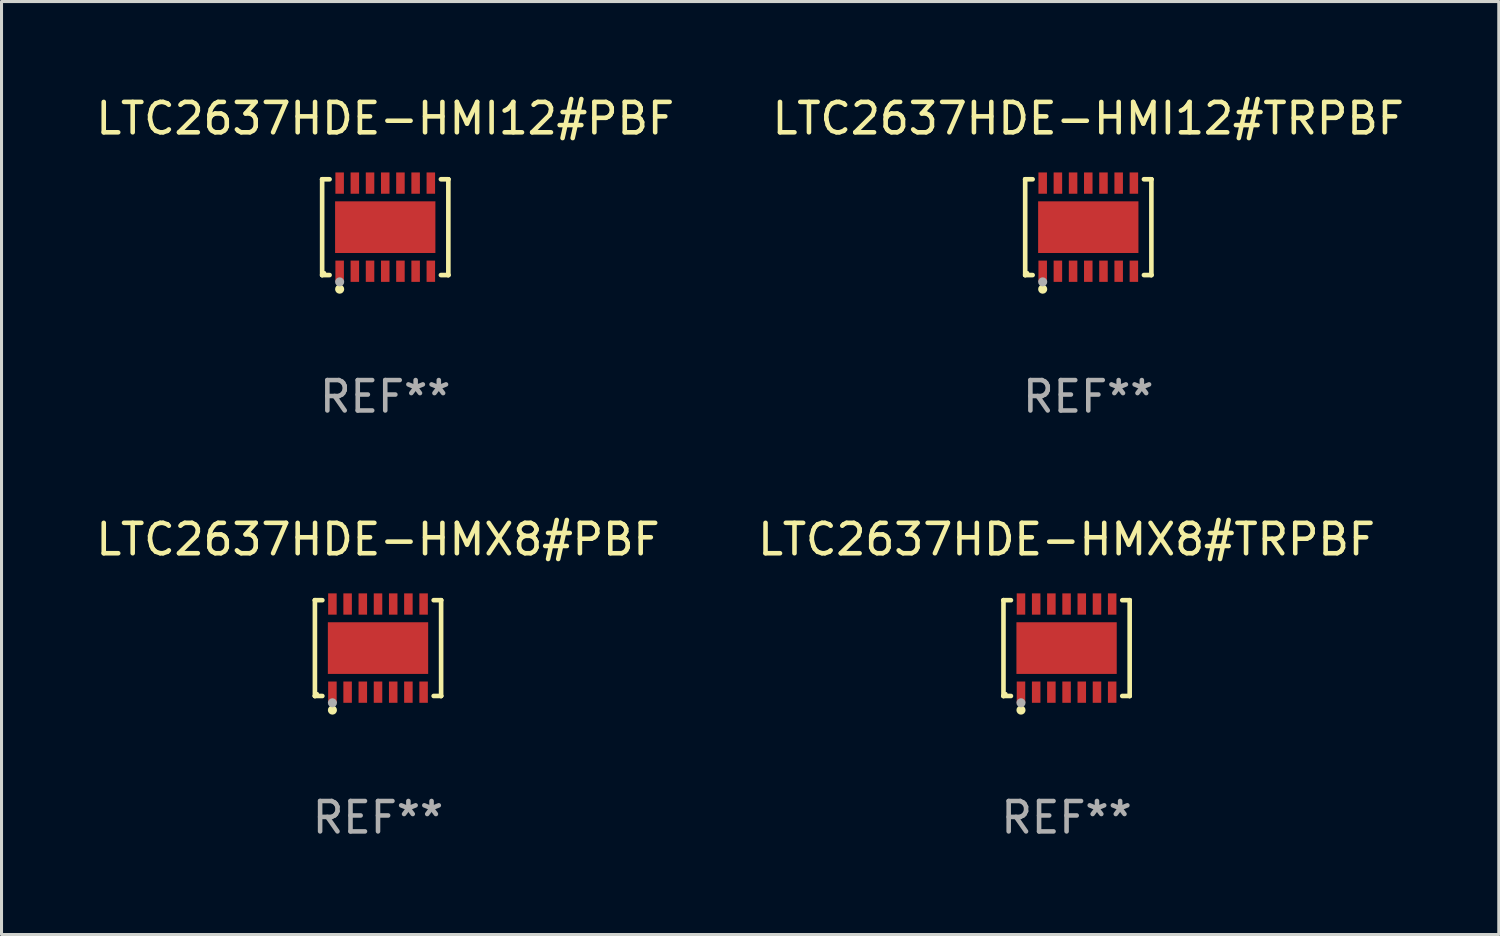
<source format=kicad_pcb>
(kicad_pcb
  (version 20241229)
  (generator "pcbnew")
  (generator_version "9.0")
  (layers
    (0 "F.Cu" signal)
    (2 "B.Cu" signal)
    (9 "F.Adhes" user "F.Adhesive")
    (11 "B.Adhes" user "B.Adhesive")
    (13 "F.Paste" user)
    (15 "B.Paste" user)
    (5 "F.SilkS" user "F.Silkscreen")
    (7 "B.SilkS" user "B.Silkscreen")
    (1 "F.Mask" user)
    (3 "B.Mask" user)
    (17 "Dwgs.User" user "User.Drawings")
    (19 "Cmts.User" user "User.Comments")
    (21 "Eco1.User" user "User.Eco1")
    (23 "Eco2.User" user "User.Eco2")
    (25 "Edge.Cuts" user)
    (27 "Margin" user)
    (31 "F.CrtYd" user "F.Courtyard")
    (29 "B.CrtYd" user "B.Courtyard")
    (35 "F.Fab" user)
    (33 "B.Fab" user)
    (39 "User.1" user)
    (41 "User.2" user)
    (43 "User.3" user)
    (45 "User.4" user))
  (footprint "LTC2637HDE-HMI12#TRPBF"
    (layer "F.Cu")
    (at 32.756 4.424)
    (property "Reference" "LTC2637HDE-HMI12#TRPBF" (at 0 -3.576 0) (layer "F.SilkS") (effects (font (size 1 1) (thickness 0.15))))
    (attr through_hole)
    (fp_line (start -2.076 -1.576) (end -2.076 -1.576) (stroke (width 0.152) (type solid)) (layer "F.SilkS"))
    (fp_line (start -2.076 -1.576) (end -1.831 -1.576) (stroke (width 0.152) (type solid)) (layer "F.SilkS"))
    (fp_line (start -2.076 1.576) (end -2.076 -1.576) (stroke (width 0.152) (type solid)) (layer "F.SilkS"))
    (fp_line (start -2.076 1.576) (end -2.076 1.576) (stroke (width 0.152) (type solid)) (layer "F.SilkS"))
    (fp_line (start -1.831 1.576) (end -2.076 1.576) (stroke (width 0.152) (type solid)) (layer "F.SilkS"))
    (fp_line (start 1.831 1.576) (end 2.076 1.576) (stroke (width 0.152) (type solid)) (layer "F.SilkS"))
    (fp_line (start 2.076 -1.576) (end 1.831 -1.576) (stroke (width 0.152) (type solid)) (layer "F.SilkS"))
    (fp_line (start 2.076 -1.576) (end 2.076 -1.576) (stroke (width 0.152) (type solid)) (layer "F.SilkS"))
    (fp_line (start 2.076 1.576) (end 2.076 -1.576) (stroke (width 0.152) (type solid)) (layer "F.SilkS"))
    (fp_line (start 2.076 1.576) (end 2.076 1.576) (stroke (width 0.152) (type solid)) (layer "F.SilkS"))
    (fp_circle (center -2 1.5) (end -1.97 1.5) (stroke (width 0.06) (type solid)) (fill no) (layer "F.SilkS"))
    (fp_circle (center -1.5 2.04) (end -1.425 2.04) (stroke (width 0.15) (type solid)) (fill no) (layer "F.SilkS"))
    (fp_circle (center -1.5 1.8) (end -1.425 1.8) (stroke (width 0.15) (type solid)) (fill no) (layer "F.Fab"))
    (fp_text user "REF**" (at 0 5.576 0) (layer "F.Fab") (effects (font (size 1 1) (thickness 0.15))))
    (pad "1" smd rect (at -1.5 1.45) (size 0.28 0.7) (layers "F.Cu" "F.Mask" "F.Paste"))
    (pad "2" smd rect (at -1 1.45) (size 0.28 0.7) (layers "F.Cu" "F.Mask" "F.Paste"))
    (pad "3" smd rect (at -0.5 1.45) (size 0.28 0.7) (layers "F.Cu" "F.Mask" "F.Paste"))
    (pad "4" smd rect (at 0 1.45) (size 0.28 0.7) (layers "F.Cu" "F.Mask" "F.Paste"))
    (pad "5" smd rect (at 0.5 1.45) (size 0.28 0.7) (layers "F.Cu" "F.Mask" "F.Paste"))
    (pad "6" smd rect (at 1 1.45) (size 0.28 0.7) (layers "F.Cu" "F.Mask" "F.Paste"))
    (pad "7" smd rect (at 1.5 1.45) (size 0.28 0.7) (layers "F.Cu" "F.Mask" "F.Paste"))
    (pad "8" smd rect (at 1.5 -1.45) (size 0.28 0.7) (layers "F.Cu" "F.Mask" "F.Paste"))
    (pad "9" smd rect (at 1 -1.45) (size 0.28 0.7) (layers "F.Cu" "F.Mask" "F.Paste"))
    (pad "10" smd rect (at 0.5 -1.45) (size 0.28 0.7) (layers "F.Cu" "F.Mask" "F.Paste"))
    (pad "11" smd rect (at 0 -1.45) (size 0.28 0.7) (layers "F.Cu" "F.Mask" "F.Paste"))
    (pad "12" smd rect (at -0.5 -1.45) (size 0.28 0.7) (layers "F.Cu" "F.Mask" "F.Paste"))
    (pad "13" smd rect (at -1 -1.45) (size 0.28 0.7) (layers "F.Cu" "F.Mask" "F.Paste"))
    (pad "14" smd rect (at -1.5 -1.45) (size 0.28 0.7) (layers "F.Cu" "F.Mask" "F.Paste"))
    (pad "15" smd rect (at 0 0) (size 3.3 1.7) (layers "F.Cu" "F.Mask" "F.Paste")))
  (footprint "LTC2637HDE-HMX8#PBF"
    (layer "F.Cu")
    (at 9.387 18.273)
    (property "Reference" "LTC2637HDE-HMX8#PBF" (at 0 -3.576 0) (layer "F.SilkS") (effects (font (size 1 1) (thickness 0.15))))
    (attr through_hole)
    (fp_line (start -2.076 -1.576) (end -2.076 -1.576) (stroke (width 0.152) (type solid)) (layer "F.SilkS"))
    (fp_line (start -2.076 -1.576) (end -1.831 -1.576) (stroke (width 0.152) (type solid)) (layer "F.SilkS"))
    (fp_line (start -2.076 1.576) (end -2.076 -1.576) (stroke (width 0.152) (type solid)) (layer "F.SilkS"))
    (fp_line (start -2.076 1.576) (end -2.076 1.576) (stroke (width 0.152) (type solid)) (layer "F.SilkS"))
    (fp_line (start -1.831 1.576) (end -2.076 1.576) (stroke (width 0.152) (type solid)) (layer "F.SilkS"))
    (fp_line (start 1.831 1.576) (end 2.076 1.576) (stroke (width 0.152) (type solid)) (layer "F.SilkS"))
    (fp_line (start 2.076 -1.576) (end 1.831 -1.576) (stroke (width 0.152) (type solid)) (layer "F.SilkS"))
    (fp_line (start 2.076 -1.576) (end 2.076 -1.576) (stroke (width 0.152) (type solid)) (layer "F.SilkS"))
    (fp_line (start 2.076 1.576) (end 2.076 -1.576) (stroke (width 0.152) (type solid)) (layer "F.SilkS"))
    (fp_line (start 2.076 1.576) (end 2.076 1.576) (stroke (width 0.152) (type solid)) (layer "F.SilkS"))
    (fp_circle (center -2 1.5) (end -1.97 1.5) (stroke (width 0.06) (type solid)) (fill no) (layer "F.SilkS"))
    (fp_circle (center -1.5 2.04) (end -1.425 2.04) (stroke (width 0.15) (type solid)) (fill no) (layer "F.SilkS"))
    (fp_circle (center -1.5 1.8) (end -1.425 1.8) (stroke (width 0.15) (type solid)) (fill no) (layer "F.Fab"))
    (fp_text user "REF**" (at 0 5.576 0) (layer "F.Fab") (effects (font (size 1 1) (thickness 0.15))))
    (pad "1" smd rect (at -1.5 1.45) (size 0.28 0.7) (layers "F.Cu" "F.Mask" "F.Paste"))
    (pad "2" smd rect (at -1 1.45) (size 0.28 0.7) (layers "F.Cu" "F.Mask" "F.Paste"))
    (pad "3" smd rect (at -0.5 1.45) (size 0.28 0.7) (layers "F.Cu" "F.Mask" "F.Paste"))
    (pad "4" smd rect (at 0 1.45) (size 0.28 0.7) (layers "F.Cu" "F.Mask" "F.Paste"))
    (pad "5" smd rect (at 0.5 1.45) (size 0.28 0.7) (layers "F.Cu" "F.Mask" "F.Paste"))
    (pad "6" smd rect (at 1 1.45) (size 0.28 0.7) (layers "F.Cu" "F.Mask" "F.Paste"))
    (pad "7" smd rect (at 1.5 1.45) (size 0.28 0.7) (layers "F.Cu" "F.Mask" "F.Paste"))
    (pad "8" smd rect (at 1.5 -1.45) (size 0.28 0.7) (layers "F.Cu" "F.Mask" "F.Paste"))
    (pad "9" smd rect (at 1 -1.45) (size 0.28 0.7) (layers "F.Cu" "F.Mask" "F.Paste"))
    (pad "10" smd rect (at 0.5 -1.45) (size 0.28 0.7) (layers "F.Cu" "F.Mask" "F.Paste"))
    (pad "11" smd rect (at 0 -1.45) (size 0.28 0.7) (layers "F.Cu" "F.Mask" "F.Paste"))
    (pad "12" smd rect (at -0.5 -1.45) (size 0.28 0.7) (layers "F.Cu" "F.Mask" "F.Paste"))
    (pad "13" smd rect (at -1 -1.45) (size 0.28 0.7) (layers "F.Cu" "F.Mask" "F.Paste"))
    (pad "14" smd rect (at -1.5 -1.45) (size 0.28 0.7) (layers "F.Cu" "F.Mask" "F.Paste"))
    (pad "15" smd rect (at 0 0) (size 3.3 1.7) (layers "F.Cu" "F.Mask" "F.Paste")))
  (footprint "LTC2637HDE-HMI12#PBF"
    (layer "F.Cu")
    (at 9.625 4.424)
    (property "Reference" "LTC2637HDE-HMI12#PBF" (at 0 -3.576 0) (layer "F.SilkS") (effects (font (size 1 1) (thickness 0.15))))
    (attr through_hole)
    (fp_line (start -2.076 -1.576) (end -2.076 -1.576) (stroke (width 0.152) (type solid)) (layer "F.SilkS"))
    (fp_line (start -2.076 -1.576) (end -1.831 -1.576) (stroke (width 0.152) (type solid)) (layer "F.SilkS"))
    (fp_line (start -2.076 1.576) (end -2.076 -1.576) (stroke (width 0.152) (type solid)) (layer "F.SilkS"))
    (fp_line (start -2.076 1.576) (end -2.076 1.576) (stroke (width 0.152) (type solid)) (layer "F.SilkS"))
    (fp_line (start -1.831 1.576) (end -2.076 1.576) (stroke (width 0.152) (type solid)) (layer "F.SilkS"))
    (fp_line (start 1.831 1.576) (end 2.076 1.576) (stroke (width 0.152) (type solid)) (layer "F.SilkS"))
    (fp_line (start 2.076 -1.576) (end 1.831 -1.576) (stroke (width 0.152) (type solid)) (layer "F.SilkS"))
    (fp_line (start 2.076 -1.576) (end 2.076 -1.576) (stroke (width 0.152) (type solid)) (layer "F.SilkS"))
    (fp_line (start 2.076 1.576) (end 2.076 -1.576) (stroke (width 0.152) (type solid)) (layer "F.SilkS"))
    (fp_line (start 2.076 1.576) (end 2.076 1.576) (stroke (width 0.152) (type solid)) (layer "F.SilkS"))
    (fp_circle (center -2 1.5) (end -1.97 1.5) (stroke (width 0.06) (type solid)) (fill no) (layer "F.SilkS"))
    (fp_circle (center -1.5 2.04) (end -1.425 2.04) (stroke (width 0.15) (type solid)) (fill no) (layer "F.SilkS"))
    (fp_circle (center -1.5 1.8) (end -1.425 1.8) (stroke (width 0.15) (type solid)) (fill no) (layer "F.Fab"))
    (fp_text user "REF**" (at 0 5.576 0) (layer "F.Fab") (effects (font (size 1 1) (thickness 0.15))))
    (pad "1" smd rect (at -1.5 1.45) (size 0.28 0.7) (layers "F.Cu" "F.Mask" "F.Paste"))
    (pad "2" smd rect (at -1 1.45) (size 0.28 0.7) (layers "F.Cu" "F.Mask" "F.Paste"))
    (pad "3" smd rect (at -0.5 1.45) (size 0.28 0.7) (layers "F.Cu" "F.Mask" "F.Paste"))
    (pad "4" smd rect (at 0 1.45) (size 0.28 0.7) (layers "F.Cu" "F.Mask" "F.Paste"))
    (pad "5" smd rect (at 0.5 1.45) (size 0.28 0.7) (layers "F.Cu" "F.Mask" "F.Paste"))
    (pad "6" smd rect (at 1 1.45) (size 0.28 0.7) (layers "F.Cu" "F.Mask" "F.Paste"))
    (pad "7" smd rect (at 1.5 1.45) (size 0.28 0.7) (layers "F.Cu" "F.Mask" "F.Paste"))
    (pad "8" smd rect (at 1.5 -1.45) (size 0.28 0.7) (layers "F.Cu" "F.Mask" "F.Paste"))
    (pad "9" smd rect (at 1 -1.45) (size 0.28 0.7) (layers "F.Cu" "F.Mask" "F.Paste"))
    (pad "10" smd rect (at 0.5 -1.45) (size 0.28 0.7) (layers "F.Cu" "F.Mask" "F.Paste"))
    (pad "11" smd rect (at 0 -1.45) (size 0.28 0.7) (layers "F.Cu" "F.Mask" "F.Paste"))
    (pad "12" smd rect (at -0.5 -1.45) (size 0.28 0.7) (layers "F.Cu" "F.Mask" "F.Paste"))
    (pad "13" smd rect (at -1 -1.45) (size 0.28 0.7) (layers "F.Cu" "F.Mask" "F.Paste"))
    (pad "14" smd rect (at -1.5 -1.45) (size 0.28 0.7) (layers "F.Cu" "F.Mask" "F.Paste"))
    (pad "15" smd rect (at 0 0) (size 3.3 1.7) (layers "F.Cu" "F.Mask" "F.Paste")))
  (footprint "LTC2637HDE-HMX8#TRPBF"
    (layer "F.Cu")
    (at 32.042 18.273)
    (property "Reference" "LTC2637HDE-HMX8#TRPBF" (at 0 -3.576 0) (layer "F.SilkS") (effects (font (size 1 1) (thickness 0.15))))
    (attr through_hole)
    (fp_line (start -2.076 -1.576) (end -2.076 -1.576) (stroke (width 0.152) (type solid)) (layer "F.SilkS"))
    (fp_line (start -2.076 -1.576) (end -1.831 -1.576) (stroke (width 0.152) (type solid)) (layer "F.SilkS"))
    (fp_line (start -2.076 1.576) (end -2.076 -1.576) (stroke (width 0.152) (type solid)) (layer "F.SilkS"))
    (fp_line (start -2.076 1.576) (end -2.076 1.576) (stroke (width 0.152) (type solid)) (layer "F.SilkS"))
    (fp_line (start -1.831 1.576) (end -2.076 1.576) (stroke (width 0.152) (type solid)) (layer "F.SilkS"))
    (fp_line (start 1.831 1.576) (end 2.076 1.576) (stroke (width 0.152) (type solid)) (layer "F.SilkS"))
    (fp_line (start 2.076 -1.576) (end 1.831 -1.576) (stroke (width 0.152) (type solid)) (layer "F.SilkS"))
    (fp_line (start 2.076 -1.576) (end 2.076 -1.576) (stroke (width 0.152) (type solid)) (layer "F.SilkS"))
    (fp_line (start 2.076 1.576) (end 2.076 -1.576) (stroke (width 0.152) (type solid)) (layer "F.SilkS"))
    (fp_line (start 2.076 1.576) (end 2.076 1.576) (stroke (width 0.152) (type solid)) (layer "F.SilkS"))
    (fp_circle (center -2 1.5) (end -1.97 1.5) (stroke (width 0.06) (type solid)) (fill no) (layer "F.SilkS"))
    (fp_circle (center -1.5 2.04) (end -1.425 2.04) (stroke (width 0.15) (type solid)) (fill no) (layer "F.SilkS"))
    (fp_circle (center -1.5 1.8) (end -1.425 1.8) (stroke (width 0.15) (type solid)) (fill no) (layer "F.Fab"))
    (fp_text user "REF**" (at 0 5.576 0) (layer "F.Fab") (effects (font (size 1 1) (thickness 0.15))))
    (pad "1" smd rect (at -1.5 1.45) (size 0.28 0.7) (layers "F.Cu" "F.Mask" "F.Paste"))
    (pad "2" smd rect (at -1 1.45) (size 0.28 0.7) (layers "F.Cu" "F.Mask" "F.Paste"))
    (pad "3" smd rect (at -0.5 1.45) (size 0.28 0.7) (layers "F.Cu" "F.Mask" "F.Paste"))
    (pad "4" smd rect (at 0 1.45) (size 0.28 0.7) (layers "F.Cu" "F.Mask" "F.Paste"))
    (pad "5" smd rect (at 0.5 1.45) (size 0.28 0.7) (layers "F.Cu" "F.Mask" "F.Paste"))
    (pad "6" smd rect (at 1 1.45) (size 0.28 0.7) (layers "F.Cu" "F.Mask" "F.Paste"))
    (pad "7" smd rect (at 1.5 1.45) (size 0.28 0.7) (layers "F.Cu" "F.Mask" "F.Paste"))
    (pad "8" smd rect (at 1.5 -1.45) (size 0.28 0.7) (layers "F.Cu" "F.Mask" "F.Paste"))
    (pad "9" smd rect (at 1 -1.45) (size 0.28 0.7) (layers "F.Cu" "F.Mask" "F.Paste"))
    (pad "10" smd rect (at 0.5 -1.45) (size 0.28 0.7) (layers "F.Cu" "F.Mask" "F.Paste"))
    (pad "11" smd rect (at 0 -1.45) (size 0.28 0.7) (layers "F.Cu" "F.Mask" "F.Paste"))
    (pad "12" smd rect (at -0.5 -1.45) (size 0.28 0.7) (layers "F.Cu" "F.Mask" "F.Paste"))
    (pad "13" smd rect (at -1 -1.45) (size 0.28 0.7) (layers "F.Cu" "F.Mask" "F.Paste"))
    (pad "14" smd rect (at -1.5 -1.45) (size 0.28 0.7) (layers "F.Cu" "F.Mask" "F.Paste"))
    (pad "15" smd rect (at 0 0) (size 3.3 1.7) (layers "F.Cu" "F.Mask" "F.Paste")))
  (gr_rect
    (start -3 -3)
    (end 46.262 27.698)
    (stroke (width 0.1) (type default))
    (fill no)
    (layer "Edge.Cuts")))
</source>
